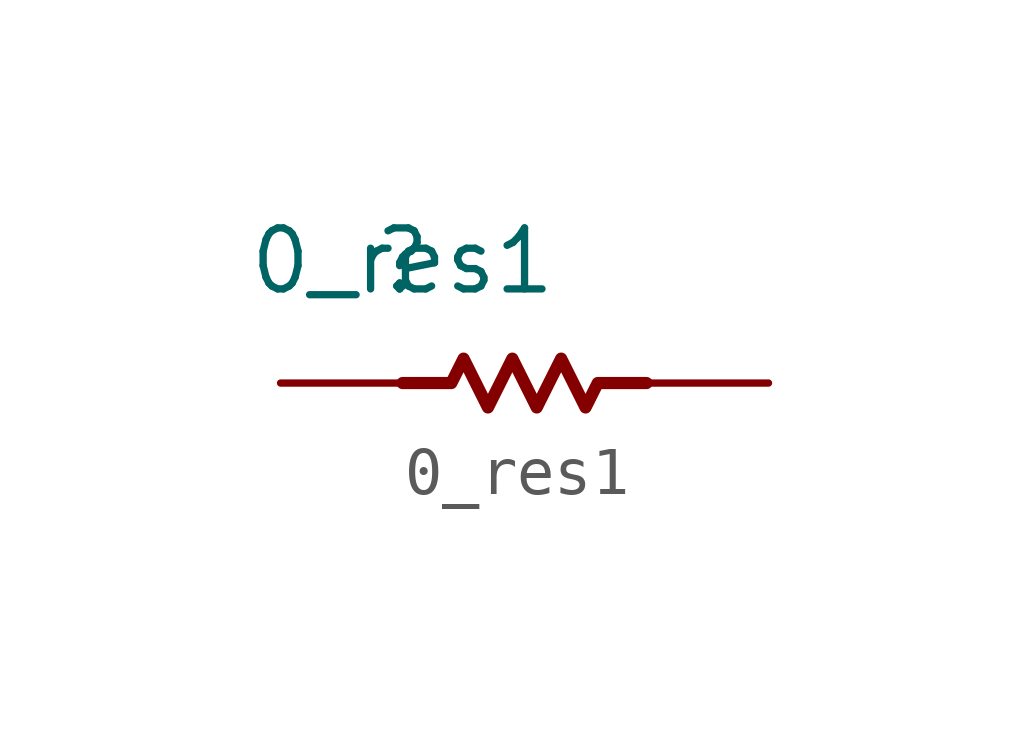
<source format=kicad_sym>
(kicad_symbol_lib
  (version 20211014)
  (generator kicad_symbol_editor)
  (symbol "0_res1"
    (property "Reference" ""
      (at 0 0 0)
      (effects (font (size 1.27 1.27))))
    (property "Value" "0_res1"
      (at 0 0 0)
      (effects (font (size 1.27 1.27))))
    (symbol "0_res1_1_0"
      (polyline (pts (xy 5.08 -2.54) (xy 4.064 -2.54) (xy 3.81 -3.048) (xy 3.302 -2.032) (xy 2.794 -3.048) (xy 2.286 -2.032) (xy 1.778 -3.048) (xy 1.27 -2.032) (xy 1.016 -2.54) (xy 0 -2.54)) (stroke (width 0.254) (type default) (color 0 0 0 0)) (fill (type none)))
      (pin passive line (at -2.54 -2.54 0) (length 2.54) (name "1" (effects (font (size 0 0)))) (number "1" (effects (font (size 0 0)))))
      (pin passive line (at 7.62 -2.54 180) (length 2.54) (name "2" (effects (font (size 0 0)))) (number "2" (effects (font (size 0 0))))))))
</source>
